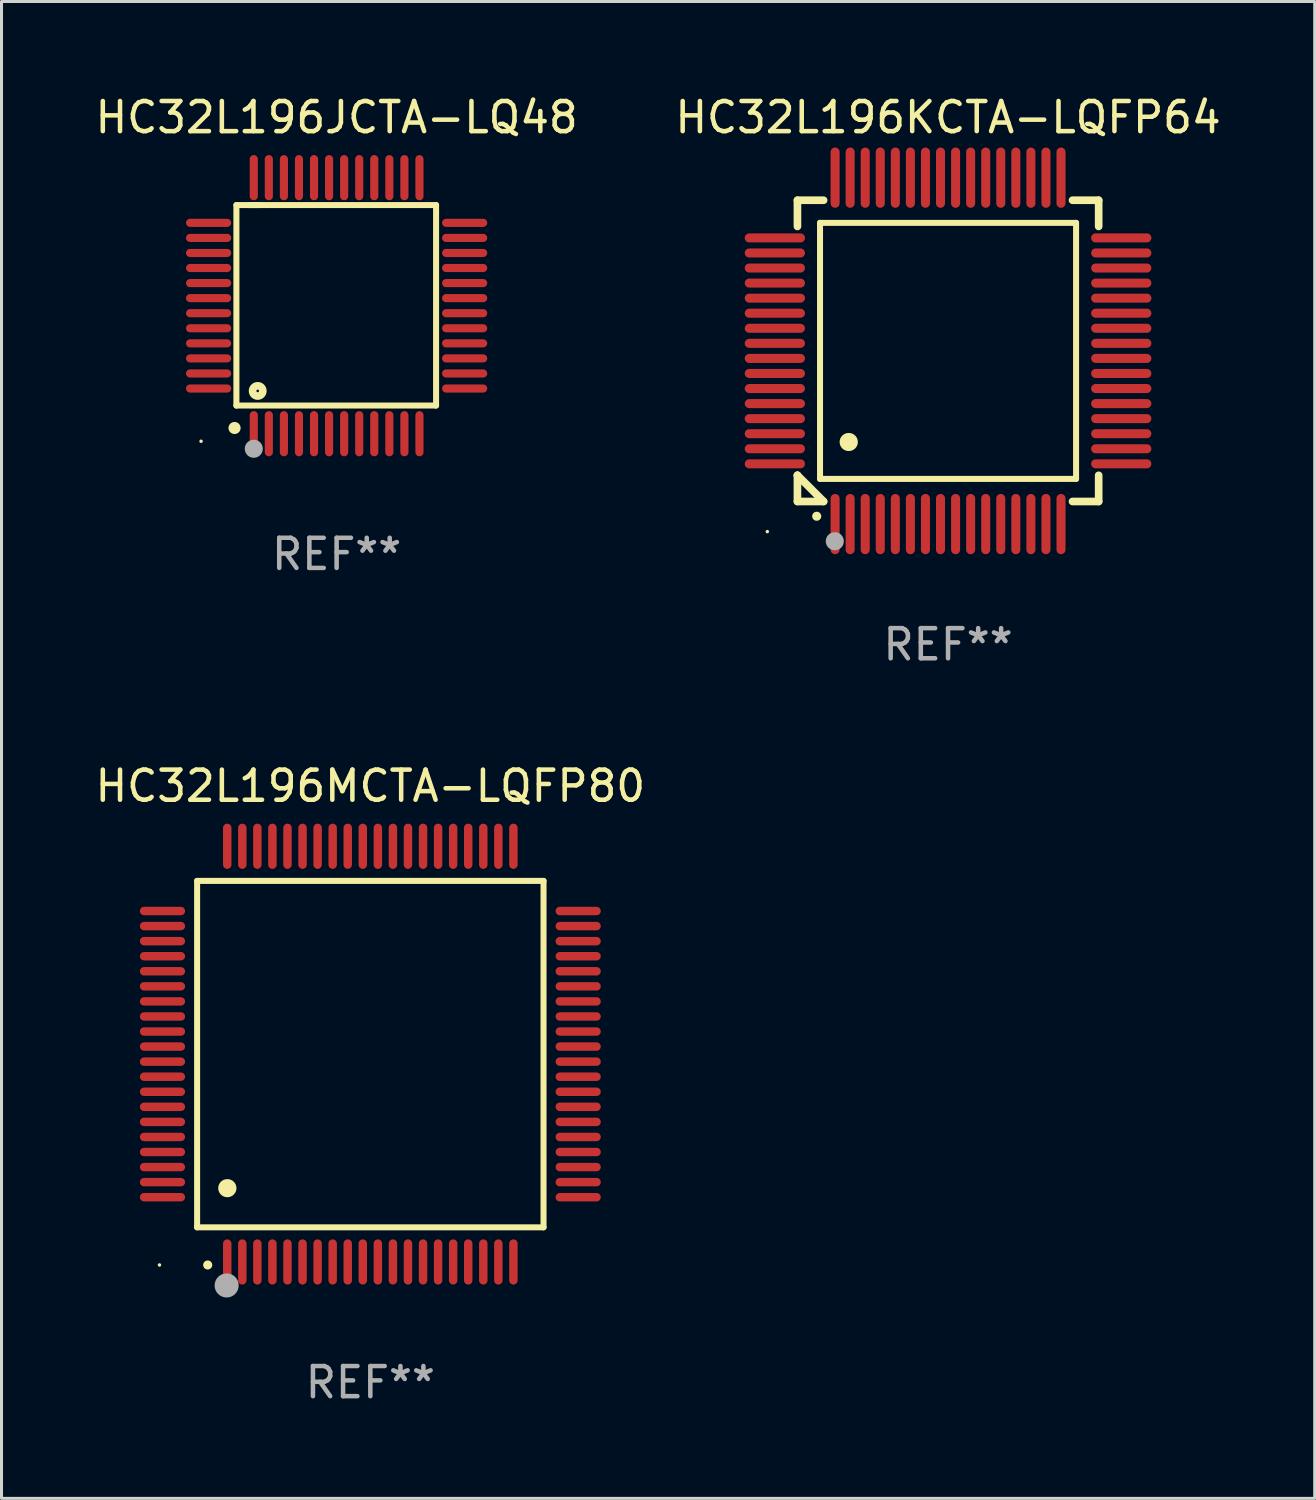
<source format=kicad_pcb>
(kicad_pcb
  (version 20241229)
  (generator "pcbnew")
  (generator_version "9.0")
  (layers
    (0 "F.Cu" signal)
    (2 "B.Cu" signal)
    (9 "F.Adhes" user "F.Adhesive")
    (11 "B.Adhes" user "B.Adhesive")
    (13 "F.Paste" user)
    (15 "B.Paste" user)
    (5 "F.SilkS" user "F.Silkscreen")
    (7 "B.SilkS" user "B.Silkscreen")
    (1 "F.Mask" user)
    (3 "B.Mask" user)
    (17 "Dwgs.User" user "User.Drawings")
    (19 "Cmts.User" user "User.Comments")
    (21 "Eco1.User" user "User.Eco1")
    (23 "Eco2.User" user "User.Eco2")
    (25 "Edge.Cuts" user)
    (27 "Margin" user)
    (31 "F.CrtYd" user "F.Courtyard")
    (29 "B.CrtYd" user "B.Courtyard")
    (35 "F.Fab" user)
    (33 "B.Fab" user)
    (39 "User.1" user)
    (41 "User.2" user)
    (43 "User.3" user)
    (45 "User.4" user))
  (footprint "HC32L196JCTA-LQ48"
    (layer "F.Cu")
    (at 8.125 7.098)
    (property "Reference" "HC32L196JCTA-LQ48" (at 0 -6.25 0) (layer "F.SilkS") (effects (font (size 1 1) (thickness 0.15))))
    (attr through_hole)
    (fp_line (start -3.327 -3.34) (end -2.565 -3.34) (stroke (width 0.2) (type solid)) (layer "F.SilkS"))
    (fp_line (start -3.327 3.315) (end -3.327 -3.34) (stroke (width 0.2) (type solid)) (layer "F.SilkS"))
    (fp_line (start -2.896 -3.34) (end 3.302 -3.34) (stroke (width 0.2) (type solid)) (layer "F.SilkS"))
    (fp_line (start 3.302 -3.34) (end 3.302 3.315) (stroke (width 0.2) (type solid)) (layer "F.SilkS"))
    (fp_line (start 3.302 3.315) (end -3.327 3.315) (stroke (width 0.2) (type solid)) (layer "F.SilkS"))
    (fp_arc (start -3.389992 4.059995) (mid -3.388722 4.059991) (end -3.387452 4.059995) (stroke (width 0.4) (type solid)) (layer "F.SilkS"))
    (fp_circle (center -4.5 4.5) (end -4.47 4.5) (stroke (width 0.06) (type solid)) (fill no) (layer "F.SilkS"))
    (fp_circle (center -2.62 2.83) (end -2.45 2.83) (stroke (width 0.254) (type solid)) (fill no) (layer "F.SilkS"))
    (fp_circle (center -2.75 4.75) (end -2.6 4.75) (stroke (width 0.3) (type solid)) (fill no) (layer "F.Fab"))
    (fp_text user "REF**" (at 0 8.25 0) (layer "F.Fab") (effects (font (size 1 1) (thickness 0.15))))
    (pad "1" smd oval (at -2.75 4.25) (size 0.27 1.5) (layers "F.Cu" "F.Mask" "F.Paste"))
    (pad "2" smd oval (at -2.25 4.25) (size 0.27 1.5) (layers "F.Cu" "F.Mask" "F.Paste"))
    (pad "3" smd oval (at -1.75 4.25) (size 0.27 1.5) (layers "F.Cu" "F.Mask" "F.Paste"))
    (pad "4" smd oval (at -1.25 4.25) (size 0.27 1.5) (layers "F.Cu" "F.Mask" "F.Paste"))
    (pad "5" smd oval (at -0.75 4.25) (size 0.27 1.5) (layers "F.Cu" "F.Mask" "F.Paste"))
    (pad "6" smd oval (at -0.25 4.25) (size 0.27 1.5) (layers "F.Cu" "F.Mask" "F.Paste"))
    (pad "7" smd oval (at 0.25 4.25) (size 0.27 1.5) (layers "F.Cu" "F.Mask" "F.Paste"))
    (pad "8" smd oval (at 0.75 4.25) (size 0.27 1.5) (layers "F.Cu" "F.Mask" "F.Paste"))
    (pad "9" smd oval (at 1.25 4.25) (size 0.27 1.5) (layers "F.Cu" "F.Mask" "F.Paste"))
    (pad "10" smd oval (at 1.75 4.25) (size 0.27 1.5) (layers "F.Cu" "F.Mask" "F.Paste"))
    (pad "11" smd oval (at 2.25 4.25) (size 0.27 1.5) (layers "F.Cu" "F.Mask" "F.Paste"))
    (pad "12" smd oval (at 2.75 4.25) (size 0.27 1.5) (layers "F.Cu" "F.Mask" "F.Paste"))
    (pad "13" smd oval (at 4.25 2.75) (size 1.5 0.27) (layers "F.Cu" "F.Mask" "F.Paste"))
    (pad "14" smd oval (at 4.25 2.25) (size 1.5 0.27) (layers "F.Cu" "F.Mask" "F.Paste"))
    (pad "15" smd oval (at 4.25 1.75) (size 1.5 0.27) (layers "F.Cu" "F.Mask" "F.Paste"))
    (pad "16" smd oval (at 4.25 1.25) (size 1.5 0.27) (layers "F.Cu" "F.Mask" "F.Paste"))
    (pad "17" smd oval (at 4.25 0.75) (size 1.5 0.27) (layers "F.Cu" "F.Mask" "F.Paste"))
    (pad "18" smd oval (at 4.25 0.25) (size 1.5 0.27) (layers "F.Cu" "F.Mask" "F.Paste"))
    (pad "19" smd oval (at 4.25 -0.25) (size 1.5 0.27) (layers "F.Cu" "F.Mask" "F.Paste"))
    (pad "20" smd oval (at 4.25 -0.75) (size 1.5 0.27) (layers "F.Cu" "F.Mask" "F.Paste"))
    (pad "21" smd oval (at 4.25 -1.25) (size 1.5 0.27) (layers "F.Cu" "F.Mask" "F.Paste"))
    (pad "22" smd oval (at 4.25 -1.75) (size 1.5 0.27) (layers "F.Cu" "F.Mask" "F.Paste"))
    (pad "23" smd oval (at 4.25 -2.25) (size 1.5 0.27) (layers "F.Cu" "F.Mask" "F.Paste"))
    (pad "24" smd oval (at 4.25 -2.75) (size 1.5 0.27) (layers "F.Cu" "F.Mask" "F.Paste"))
    (pad "25" smd oval (at 2.75 -4.25) (size 0.27 1.5) (layers "F.Cu" "F.Mask" "F.Paste"))
    (pad "26" smd oval (at 2.25 -4.25) (size 0.27 1.5) (layers "F.Cu" "F.Mask" "F.Paste"))
    (pad "27" smd oval (at 1.75 -4.25) (size 0.27 1.5) (layers "F.Cu" "F.Mask" "F.Paste"))
    (pad "28" smd oval (at 1.25 -4.25) (size 0.27 1.5) (layers "F.Cu" "F.Mask" "F.Paste"))
    (pad "29" smd oval (at 0.75 -4.25) (size 0.27 1.5) (layers "F.Cu" "F.Mask" "F.Paste"))
    (pad "30" smd oval (at 0.25 -4.25) (size 0.27 1.5) (layers "F.Cu" "F.Mask" "F.Paste"))
    (pad "31" smd oval (at -0.25 -4.25) (size 0.27 1.5) (layers "F.Cu" "F.Mask" "F.Paste"))
    (pad "32" smd oval (at -0.75 -4.25) (size 0.27 1.5) (layers "F.Cu" "F.Mask" "F.Paste"))
    (pad "33" smd oval (at -1.25 -4.25) (size 0.27 1.5) (layers "F.Cu" "F.Mask" "F.Paste"))
    (pad "34" smd oval (at -1.75 -4.25) (size 0.27 1.5) (layers "F.Cu" "F.Mask" "F.Paste"))
    (pad "35" smd oval (at -2.25 -4.25) (size 0.27 1.5) (layers "F.Cu" "F.Mask" "F.Paste"))
    (pad "36" smd oval (at -2.75 -4.25) (size 0.27 1.5) (layers "F.Cu" "F.Mask" "F.Paste"))
    (pad "37" smd oval (at -4.25 -2.75) (size 1.5 0.27) (layers "F.Cu" "F.Mask" "F.Paste"))
    (pad "38" smd oval (at -4.25 -2.25) (size 1.5 0.27) (layers "F.Cu" "F.Mask" "F.Paste"))
    (pad "39" smd oval (at -4.25 -1.75) (size 1.5 0.27) (layers "F.Cu" "F.Mask" "F.Paste"))
    (pad "40" smd oval (at -4.25 -1.25) (size 1.5 0.27) (layers "F.Cu" "F.Mask" "F.Paste"))
    (pad "41" smd oval (at -4.25 -0.75) (size 1.5 0.27) (layers "F.Cu" "F.Mask" "F.Paste"))
    (pad "42" smd oval (at -4.25 -0.25) (size 1.5 0.27) (layers "F.Cu" "F.Mask" "F.Paste"))
    (pad "43" smd oval (at -4.25 0.25) (size 1.5 0.27) (layers "F.Cu" "F.Mask" "F.Paste"))
    (pad "44" smd oval (at -4.25 0.75) (size 1.5 0.27) (layers "F.Cu" "F.Mask" "F.Paste"))
    (pad "45" smd oval (at -4.25 1.25) (size 1.5 0.27) (layers "F.Cu" "F.Mask" "F.Paste"))
    (pad "46" smd oval (at -4.25 1.75) (size 1.5 0.27) (layers "F.Cu" "F.Mask" "F.Paste"))
    (pad "47" smd oval (at -4.25 2.25) (size 1.5 0.27) (layers "F.Cu" "F.Mask" "F.Paste"))
    (pad "48" smd oval (at -4.25 2.75) (size 1.5 0.27) (layers "F.Cu" "F.Mask" "F.Paste")))
  (footprint "HC32L196KCTA-LQFP64"
    (layer "F.Cu")
    (at 28.423 8.598)
    (property "Reference" "HC32L196KCTA-LQFP64" (at 0 -7.75 0) (layer "F.SilkS") (effects (font (size 1 1) (thickness 0.15))))
    (attr through_hole)
    (fp_line (start -5 -5) (end -4.131 -5) (stroke (width 0.254) (type solid)) (layer "F.SilkS"))
    (fp_line (start -5 -4.131) (end -5 -5) (stroke (width 0.254) (type solid)) (layer "F.SilkS"))
    (fp_line (start -5 4.131) (end -5 4.131) (stroke (width 0.254) (type solid)) (layer "F.SilkS"))
    (fp_line (start -5 5) (end -5 4.131) (stroke (width 0.254) (type solid)) (layer "F.SilkS"))
    (fp_line (start -5 4.131) (end -4.131 5) (stroke (width 0.254) (type solid)) (layer "F.SilkS"))
    (fp_line (start -4.25 -4.25) (end -4.25 4.25) (stroke (width 0.2) (type solid)) (layer "F.SilkS"))
    (fp_line (start -4.25 4.25) (end 4.25 4.25) (stroke (width 0.2) (type solid)) (layer "F.SilkS"))
    (fp_line (start -4.131 5) (end -5 5) (stroke (width 0.254) (type solid)) (layer "F.SilkS"))
    (fp_line (start 4.25 -4.25) (end -4.25 -4.25) (stroke (width 0.2) (type solid)) (layer "F.SilkS"))
    (fp_line (start 4.25 4.25) (end 4.25 -4.25) (stroke (width 0.2) (type solid)) (layer "F.SilkS"))
    (fp_line (start 5 -5) (end 4.131 -5) (stroke (width 0.254) (type solid)) (layer "F.SilkS"))
    (fp_line (start 5 -5) (end 5 -4.131) (stroke (width 0.254) (type solid)) (layer "F.SilkS"))
    (fp_line (start 5 4.131) (end 5 5) (stroke (width 0.254) (type solid)) (layer "F.SilkS"))
    (fp_line (start 5 5) (end 4.131 5) (stroke (width 0.254) (type solid)) (layer "F.SilkS"))
    (fp_arc (start -4.361265 5.489992) (mid -4.359995 5.489987) (end -4.358725 5.489992) (stroke (width 0.3) (type solid)) (layer "F.SilkS"))
    (fp_arc (start -3.299467 3.025146) (mid -3.296927 3.025135) (end -3.294387 3.025146) (stroke (width 0.6) (type solid)) (layer "F.SilkS"))
    (fp_circle (center -6 6) (end -5.97 6) (stroke (width 0.06) (type solid)) (fill no) (layer "F.SilkS"))
    (fp_circle (center -3.76 6.32) (end -3.61 6.32) (stroke (width 0.3) (type solid)) (fill no) (layer "F.Fab"))
    (fp_text user "REF**" (at 0 9.75 0) (layer "F.Fab") (effects (font (size 1 1) (thickness 0.15))))
    (pad "1" smd oval (at -3.75 5.75) (size 0.3 2) (layers "F.Cu" "F.Mask" "F.Paste"))
    (pad "2" smd oval (at -3.25 5.75) (size 0.3 2) (layers "F.Cu" "F.Mask" "F.Paste"))
    (pad "3" smd oval (at -2.75 5.75) (size 0.3 2) (layers "F.Cu" "F.Mask" "F.Paste"))
    (pad "4" smd oval (at -2.25 5.75) (size 0.3 2) (layers "F.Cu" "F.Mask" "F.Paste"))
    (pad "5" smd oval (at -1.75 5.75) (size 0.3 2) (layers "F.Cu" "F.Mask" "F.Paste"))
    (pad "6" smd oval (at -1.25 5.75) (size 0.3 2) (layers "F.Cu" "F.Mask" "F.Paste"))
    (pad "7" smd oval (at -0.75 5.75) (size 0.3 2) (layers "F.Cu" "F.Mask" "F.Paste"))
    (pad "8" smd oval (at -0.25 5.75) (size 0.3 2) (layers "F.Cu" "F.Mask" "F.Paste"))
    (pad "9" smd oval (at 0.25 5.75) (size 0.3 2) (layers "F.Cu" "F.Mask" "F.Paste"))
    (pad "10" smd oval (at 0.75 5.75) (size 0.3 2) (layers "F.Cu" "F.Mask" "F.Paste"))
    (pad "11" smd oval (at 1.25 5.75) (size 0.3 2) (layers "F.Cu" "F.Mask" "F.Paste"))
    (pad "12" smd oval (at 1.75 5.75) (size 0.3 2) (layers "F.Cu" "F.Mask" "F.Paste"))
    (pad "13" smd oval (at 2.25 5.75) (size 0.3 2) (layers "F.Cu" "F.Mask" "F.Paste"))
    (pad "14" smd oval (at 2.75 5.75) (size 0.3 2) (layers "F.Cu" "F.Mask" "F.Paste"))
    (pad "15" smd oval (at 3.25 5.75) (size 0.3 2) (layers "F.Cu" "F.Mask" "F.Paste"))
    (pad "16" smd oval (at 3.75 5.75) (size 0.3 2) (layers "F.Cu" "F.Mask" "F.Paste"))
    (pad "17" smd oval (at 5.75 3.75) (size 2 0.3) (layers "F.Cu" "F.Mask" "F.Paste"))
    (pad "18" smd oval (at 5.75 3.25) (size 2 0.3) (layers "F.Cu" "F.Mask" "F.Paste"))
    (pad "19" smd oval (at 5.75 2.75) (size 2 0.3) (layers "F.Cu" "F.Mask" "F.Paste"))
    (pad "20" smd oval (at 5.75 2.25) (size 2 0.3) (layers "F.Cu" "F.Mask" "F.Paste"))
    (pad "21" smd oval (at 5.75 1.75) (size 2 0.3) (layers "F.Cu" "F.Mask" "F.Paste"))
    (pad "22" smd oval (at 5.75 1.25) (size 2 0.3) (layers "F.Cu" "F.Mask" "F.Paste"))
    (pad "23" smd oval (at 5.75 0.75) (size 2 0.3) (layers "F.Cu" "F.Mask" "F.Paste"))
    (pad "24" smd oval (at 5.75 0.25) (size 2 0.3) (layers "F.Cu" "F.Mask" "F.Paste"))
    (pad "25" smd oval (at 5.75 -0.25) (size 2 0.3) (layers "F.Cu" "F.Mask" "F.Paste"))
    (pad "26" smd oval (at 5.75 -0.75) (size 2 0.3) (layers "F.Cu" "F.Mask" "F.Paste"))
    (pad "27" smd oval (at 5.75 -1.25) (size 2 0.3) (layers "F.Cu" "F.Mask" "F.Paste"))
    (pad "28" smd oval (at 5.75 -1.75) (size 2 0.3) (layers "F.Cu" "F.Mask" "F.Paste"))
    (pad "29" smd oval (at 5.75 -2.25) (size 2 0.3) (layers "F.Cu" "F.Mask" "F.Paste"))
    (pad "30" smd oval (at 5.75 -2.75) (size 2 0.3) (layers "F.Cu" "F.Mask" "F.Paste"))
    (pad "31" smd oval (at 5.75 -3.25) (size 2 0.3) (layers "F.Cu" "F.Mask" "F.Paste"))
    (pad "32" smd oval (at 5.75 -3.75) (size 2 0.3) (layers "F.Cu" "F.Mask" "F.Paste"))
    (pad "33" smd oval (at 3.75 -5.75) (size 0.3 2) (layers "F.Cu" "F.Mask" "F.Paste"))
    (pad "34" smd oval (at 3.25 -5.75) (size 0.3 2) (layers "F.Cu" "F.Mask" "F.Paste"))
    (pad "35" smd oval (at 2.75 -5.75) (size 0.3 2) (layers "F.Cu" "F.Mask" "F.Paste"))
    (pad "36" smd oval (at 2.25 -5.75) (size 0.3 2) (layers "F.Cu" "F.Mask" "F.Paste"))
    (pad "37" smd oval (at 1.75 -5.75) (size 0.3 2) (layers "F.Cu" "F.Mask" "F.Paste"))
    (pad "38" smd oval (at 1.25 -5.75) (size 0.3 2) (layers "F.Cu" "F.Mask" "F.Paste"))
    (pad "39" smd oval (at 0.75 -5.75) (size 0.3 2) (layers "F.Cu" "F.Mask" "F.Paste"))
    (pad "40" smd oval (at 0.25 -5.75) (size 0.3 2) (layers "F.Cu" "F.Mask" "F.Paste"))
    (pad "41" smd oval (at -0.25 -5.75) (size 0.3 2) (layers "F.Cu" "F.Mask" "F.Paste"))
    (pad "42" smd oval (at -0.75 -5.75) (size 0.3 2) (layers "F.Cu" "F.Mask" "F.Paste"))
    (pad "43" smd oval (at -1.25 -5.75) (size 0.3 2) (layers "F.Cu" "F.Mask" "F.Paste"))
    (pad "44" smd oval (at -1.75 -5.75) (size 0.3 2) (layers "F.Cu" "F.Mask" "F.Paste"))
    (pad "45" smd oval (at -2.25 -5.75) (size 0.3 2) (layers "F.Cu" "F.Mask" "F.Paste"))
    (pad "46" smd oval (at -2.75 -5.75) (size 0.3 2) (layers "F.Cu" "F.Mask" "F.Paste"))
    (pad "47" smd oval (at -3.25 -5.75) (size 0.3 2) (layers "F.Cu" "F.Mask" "F.Paste"))
    (pad "48" smd oval (at -3.75 -5.75) (size 0.3 2) (layers "F.Cu" "F.Mask" "F.Paste"))
    (pad "49" smd oval (at -5.75 -3.75) (size 2 0.3) (layers "F.Cu" "F.Mask" "F.Paste"))
    (pad "50" smd oval (at -5.75 -3.25) (size 2 0.3) (layers "F.Cu" "F.Mask" "F.Paste"))
    (pad "51" smd oval (at -5.75 -2.75) (size 2 0.3) (layers "F.Cu" "F.Mask" "F.Paste"))
    (pad "52" smd oval (at -5.75 -2.25) (size 2 0.3) (layers "F.Cu" "F.Mask" "F.Paste"))
    (pad "53" smd oval (at -5.75 -1.75) (size 2 0.3) (layers "F.Cu" "F.Mask" "F.Paste"))
    (pad "54" smd oval (at -5.75 -1.25) (size 2 0.3) (layers "F.Cu" "F.Mask" "F.Paste"))
    (pad "55" smd oval (at -5.75 -0.75) (size 2 0.3) (layers "F.Cu" "F.Mask" "F.Paste"))
    (pad "56" smd oval (at -5.75 -0.25) (size 2 0.3) (layers "F.Cu" "F.Mask" "F.Paste"))
    (pad "57" smd oval (at -5.75 0.25) (size 2 0.3) (layers "F.Cu" "F.Mask" "F.Paste"))
    (pad "58" smd oval (at -5.75 0.75) (size 2 0.3) (layers "F.Cu" "F.Mask" "F.Paste"))
    (pad "59" smd oval (at -5.75 1.25) (size 2 0.3) (layers "F.Cu" "F.Mask" "F.Paste"))
    (pad "60" smd oval (at -5.75 1.75) (size 2 0.3) (layers "F.Cu" "F.Mask" "F.Paste"))
    (pad "61" smd oval (at -5.75 2.25) (size 2 0.3) (layers "F.Cu" "F.Mask" "F.Paste"))
    (pad "62" smd oval (at -5.75 2.75) (size 2 0.3) (layers "F.Cu" "F.Mask" "F.Paste"))
    (pad "63" smd oval (at -5.75 3.25) (size 2 0.3) (layers "F.Cu" "F.Mask" "F.Paste"))
    (pad "64" smd oval (at -5.75 3.75) (size 2 0.3) (layers "F.Cu" "F.Mask" "F.Paste")))
  (footprint "HC32L196MCTA-LQFP80"
    (layer "F.Cu")
    (at 9.244 31.944)
    (property "Reference" "HC32L196MCTA-LQFP80" (at 0 -8.9 0) (layer "F.SilkS") (effects (font (size 1 1) (thickness 0.15))))
    (attr through_hole)
    (fp_line (start -5.75 -5.75) (end 5.75 -5.75) (stroke (width 0.2) (type solid)) (layer "F.SilkS"))
    (fp_line (start -5.75 5.75) (end -5.75 -5.75) (stroke (width 0.2) (type solid)) (layer "F.SilkS"))
    (fp_line (start 5.75 -5.75) (end 5.75 5.75) (stroke (width 0.2) (type solid)) (layer "F.SilkS"))
    (fp_line (start 5.75 5.75) (end -5.75 5.75) (stroke (width 0.2) (type solid)) (layer "F.SilkS"))
    (fp_arc (start -5.400051 7.000254) (mid -5.398781 7.000249) (end -5.397511 7.000254) (stroke (width 0.3) (type solid)) (layer "F.SilkS"))
    (fp_arc (start -4.749809 4.450089) (mid -4.747269 4.450078) (end -4.744729 4.450089) (stroke (width 0.6) (type solid)) (layer "F.SilkS"))
    (fp_circle (center -7 7) (end -6.97 7) (stroke (width 0.06) (type solid)) (fill no) (layer "F.SilkS"))
    (fp_circle (center -4.77 7.68) (end -4.57 7.68) (stroke (width 0.4) (type solid)) (fill no) (layer "F.Fab"))
    (fp_text user "REF**" (at 0 10.9 0) (layer "F.Fab") (effects (font (size 1 1) (thickness 0.15))))
    (pad "1" smd oval (at -4.75 6.9) (size 0.28 1.5) (layers "F.Cu" "F.Mask" "F.Paste"))
    (pad "2" smd oval (at -4.25 6.9) (size 0.28 1.5) (layers "F.Cu" "F.Mask" "F.Paste"))
    (pad "3" smd oval (at -3.75 6.9) (size 0.28 1.5) (layers "F.Cu" "F.Mask" "F.Paste"))
    (pad "4" smd oval (at -3.25 6.9) (size 0.28 1.5) (layers "F.Cu" "F.Mask" "F.Paste"))
    (pad "5" smd oval (at -2.75 6.9) (size 0.28 1.5) (layers "F.Cu" "F.Mask" "F.Paste"))
    (pad "6" smd oval (at -2.25 6.9) (size 0.28 1.5) (layers "F.Cu" "F.Mask" "F.Paste"))
    (pad "7" smd oval (at -1.75 6.9) (size 0.28 1.5) (layers "F.Cu" "F.Mask" "F.Paste"))
    (pad "8" smd oval (at -1.25 6.9) (size 0.28 1.5) (layers "F.Cu" "F.Mask" "F.Paste"))
    (pad "9" smd oval (at -0.75 6.9) (size 0.28 1.5) (layers "F.Cu" "F.Mask" "F.Paste"))
    (pad "10" smd oval (at -0.25 6.9) (size 0.28 1.5) (layers "F.Cu" "F.Mask" "F.Paste"))
    (pad "11" smd oval (at 0.25 6.9) (size 0.28 1.5) (layers "F.Cu" "F.Mask" "F.Paste"))
    (pad "12" smd oval (at 0.75 6.9) (size 0.28 1.5) (layers "F.Cu" "F.Mask" "F.Paste"))
    (pad "13" smd oval (at 1.25 6.9) (size 0.28 1.5) (layers "F.Cu" "F.Mask" "F.Paste"))
    (pad "14" smd oval (at 1.75 6.9) (size 0.28 1.5) (layers "F.Cu" "F.Mask" "F.Paste"))
    (pad "15" smd oval (at 2.25 6.9) (size 0.28 1.5) (layers "F.Cu" "F.Mask" "F.Paste"))
    (pad "16" smd oval (at 2.75 6.9) (size 0.28 1.5) (layers "F.Cu" "F.Mask" "F.Paste"))
    (pad "17" smd oval (at 3.25 6.9) (size 0.28 1.5) (layers "F.Cu" "F.Mask" "F.Paste"))
    (pad "18" smd oval (at 3.75 6.9) (size 0.28 1.5) (layers "F.Cu" "F.Mask" "F.Paste"))
    (pad "19" smd oval (at 4.25 6.9) (size 0.28 1.5) (layers "F.Cu" "F.Mask" "F.Paste"))
    (pad "20" smd oval (at 4.75 6.9) (size 0.28 1.5) (layers "F.Cu" "F.Mask" "F.Paste"))
    (pad "21" smd oval (at 6.9 4.75) (size 1.5 0.28) (layers "F.Cu" "F.Mask" "F.Paste"))
    (pad "22" smd oval (at 6.9 4.25) (size 1.5 0.28) (layers "F.Cu" "F.Mask" "F.Paste"))
    (pad "23" smd oval (at 6.9 3.75) (size 1.5 0.28) (layers "F.Cu" "F.Mask" "F.Paste"))
    (pad "24" smd oval (at 6.9 3.25) (size 1.5 0.28) (layers "F.Cu" "F.Mask" "F.Paste"))
    (pad "25" smd oval (at 6.9 2.75) (size 1.5 0.28) (layers "F.Cu" "F.Mask" "F.Paste"))
    (pad "26" smd oval (at 6.9 2.25) (size 1.5 0.28) (layers "F.Cu" "F.Mask" "F.Paste"))
    (pad "27" smd oval (at 6.9 1.75) (size 1.5 0.28) (layers "F.Cu" "F.Mask" "F.Paste"))
    (pad "28" smd oval (at 6.9 1.25) (size 1.5 0.28) (layers "F.Cu" "F.Mask" "F.Paste"))
    (pad "29" smd oval (at 6.9 0.75) (size 1.5 0.28) (layers "F.Cu" "F.Mask" "F.Paste"))
    (pad "30" smd oval (at 6.9 0.25) (size 1.5 0.28) (layers "F.Cu" "F.Mask" "F.Paste"))
    (pad "31" smd oval (at 6.9 -0.25) (size 1.5 0.28) (layers "F.Cu" "F.Mask" "F.Paste"))
    (pad "32" smd oval (at 6.9 -0.75) (size 1.5 0.28) (layers "F.Cu" "F.Mask" "F.Paste"))
    (pad "33" smd oval (at 6.9 -1.25) (size 1.5 0.28) (layers "F.Cu" "F.Mask" "F.Paste"))
    (pad "34" smd oval (at 6.9 -1.75) (size 1.5 0.28) (layers "F.Cu" "F.Mask" "F.Paste"))
    (pad "35" smd oval (at 6.9 -2.25) (size 1.5 0.28) (layers "F.Cu" "F.Mask" "F.Paste"))
    (pad "36" smd oval (at 6.9 -2.75) (size 1.5 0.28) (layers "F.Cu" "F.Mask" "F.Paste"))
    (pad "37" smd oval (at 6.9 -3.25) (size 1.5 0.28) (layers "F.Cu" "F.Mask" "F.Paste"))
    (pad "38" smd oval (at 6.9 -3.75) (size 1.5 0.28) (layers "F.Cu" "F.Mask" "F.Paste"))
    (pad "39" smd oval (at 6.9 -4.25) (size 1.5 0.28) (layers "F.Cu" "F.Mask" "F.Paste"))
    (pad "40" smd oval (at 6.9 -4.75) (size 1.5 0.28) (layers "F.Cu" "F.Mask" "F.Paste"))
    (pad "41" smd oval (at 4.75 -6.9) (size 0.28 1.5) (layers "F.Cu" "F.Mask" "F.Paste"))
    (pad "42" smd oval (at 4.25 -6.9) (size 0.28 1.5) (layers "F.Cu" "F.Mask" "F.Paste"))
    (pad "43" smd oval (at 3.75 -6.9) (size 0.28 1.5) (layers "F.Cu" "F.Mask" "F.Paste"))
    (pad "44" smd oval (at 3.25 -6.9) (size 0.28 1.5) (layers "F.Cu" "F.Mask" "F.Paste"))
    (pad "45" smd oval (at 2.75 -6.9) (size 0.28 1.5) (layers "F.Cu" "F.Mask" "F.Paste"))
    (pad "46" smd oval (at 2.25 -6.9) (size 0.28 1.5) (layers "F.Cu" "F.Mask" "F.Paste"))
    (pad "47" smd oval (at 1.75 -6.9) (size 0.28 1.5) (layers "F.Cu" "F.Mask" "F.Paste"))
    (pad "48" smd oval (at 1.25 -6.9) (size 0.28 1.5) (layers "F.Cu" "F.Mask" "F.Paste"))
    (pad "49" smd oval (at 0.75 -6.9) (size 0.28 1.5) (layers "F.Cu" "F.Mask" "F.Paste"))
    (pad "50" smd oval (at 0.25 -6.9) (size 0.28 1.5) (layers "F.Cu" "F.Mask" "F.Paste"))
    (pad "51" smd oval (at -0.25 -6.9) (size 0.28 1.5) (layers "F.Cu" "F.Mask" "F.Paste"))
    (pad "52" smd oval (at -0.75 -6.9) (size 0.28 1.5) (layers "F.Cu" "F.Mask" "F.Paste"))
    (pad "53" smd oval (at -1.25 -6.9) (size 0.28 1.5) (layers "F.Cu" "F.Mask" "F.Paste"))
    (pad "54" smd oval (at -1.75 -6.9) (size 0.28 1.5) (layers "F.Cu" "F.Mask" "F.Paste"))
    (pad "55" smd oval (at -2.25 -6.9) (size 0.28 1.5) (layers "F.Cu" "F.Mask" "F.Paste"))
    (pad "56" smd oval (at -2.75 -6.9) (size 0.28 1.5) (layers "F.Cu" "F.Mask" "F.Paste"))
    (pad "57" smd oval (at -3.25 -6.9) (size 0.28 1.5) (layers "F.Cu" "F.Mask" "F.Paste"))
    (pad "58" smd oval (at -3.75 -6.9) (size 0.28 1.5) (layers "F.Cu" "F.Mask" "F.Paste"))
    (pad "59" smd oval (at -4.25 -6.9) (size 0.28 1.5) (layers "F.Cu" "F.Mask" "F.Paste"))
    (pad "60" smd oval (at -4.75 -6.9) (size 0.28 1.5) (layers "F.Cu" "F.Mask" "F.Paste"))
    (pad "61" smd oval (at -6.9 -4.75) (size 1.5 0.28) (layers "F.Cu" "F.Mask" "F.Paste"))
    (pad "62" smd oval (at -6.9 -4.25) (size 1.5 0.28) (layers "F.Cu" "F.Mask" "F.Paste"))
    (pad "63" smd oval (at -6.9 -3.75) (size 1.5 0.28) (layers "F.Cu" "F.Mask" "F.Paste"))
    (pad "64" smd oval (at -6.9 -3.25) (size 1.5 0.28) (layers "F.Cu" "F.Mask" "F.Paste"))
    (pad "65" smd oval (at -6.9 -2.75) (size 1.5 0.28) (layers "F.Cu" "F.Mask" "F.Paste"))
    (pad "66" smd oval (at -6.9 -2.25) (size 1.5 0.28) (layers "F.Cu" "F.Mask" "F.Paste"))
    (pad "67" smd oval (at -6.9 -1.75) (size 1.5 0.28) (layers "F.Cu" "F.Mask" "F.Paste"))
    (pad "68" smd oval (at -6.9 -1.25) (size 1.5 0.28) (layers "F.Cu" "F.Mask" "F.Paste"))
    (pad "69" smd oval (at -6.9 -0.75) (size 1.5 0.28) (layers "F.Cu" "F.Mask" "F.Paste"))
    (pad "70" smd oval (at -6.9 -0.25) (size 1.5 0.28) (layers "F.Cu" "F.Mask" "F.Paste"))
    (pad "71" smd oval (at -6.9 0.25) (size 1.5 0.28) (layers "F.Cu" "F.Mask" "F.Paste"))
    (pad "72" smd oval (at -6.9 0.75) (size 1.5 0.28) (layers "F.Cu" "F.Mask" "F.Paste"))
    (pad "73" smd oval (at -6.9 1.25) (size 1.5 0.28) (layers "F.Cu" "F.Mask" "F.Paste"))
    (pad "74" smd oval (at -6.9 1.75) (size 1.5 0.28) (layers "F.Cu" "F.Mask" "F.Paste"))
    (pad "75" smd oval (at -6.9 2.25) (size 1.5 0.28) (layers "F.Cu" "F.Mask" "F.Paste"))
    (pad "76" smd oval (at -6.9 2.75) (size 1.5 0.28) (layers "F.Cu" "F.Mask" "F.Paste"))
    (pad "77" smd oval (at -6.9 3.25) (size 1.5 0.28) (layers "F.Cu" "F.Mask" "F.Paste"))
    (pad "78" smd oval (at -6.9 3.75) (size 1.5 0.28) (layers "F.Cu" "F.Mask" "F.Paste"))
    (pad "79" smd oval (at -6.9 4.25) (size 1.5 0.28) (layers "F.Cu" "F.Mask" "F.Paste"))
    (pad "80" smd oval (at -6.9 4.75) (size 1.5 0.28) (layers "F.Cu" "F.Mask" "F.Paste")))
  (gr_rect
    (start -3 -3)
    (end 40.595 46.692)
    (stroke (width 0.1) (type default))
    (fill no)
    (layer "Edge.Cuts")))
</source>
